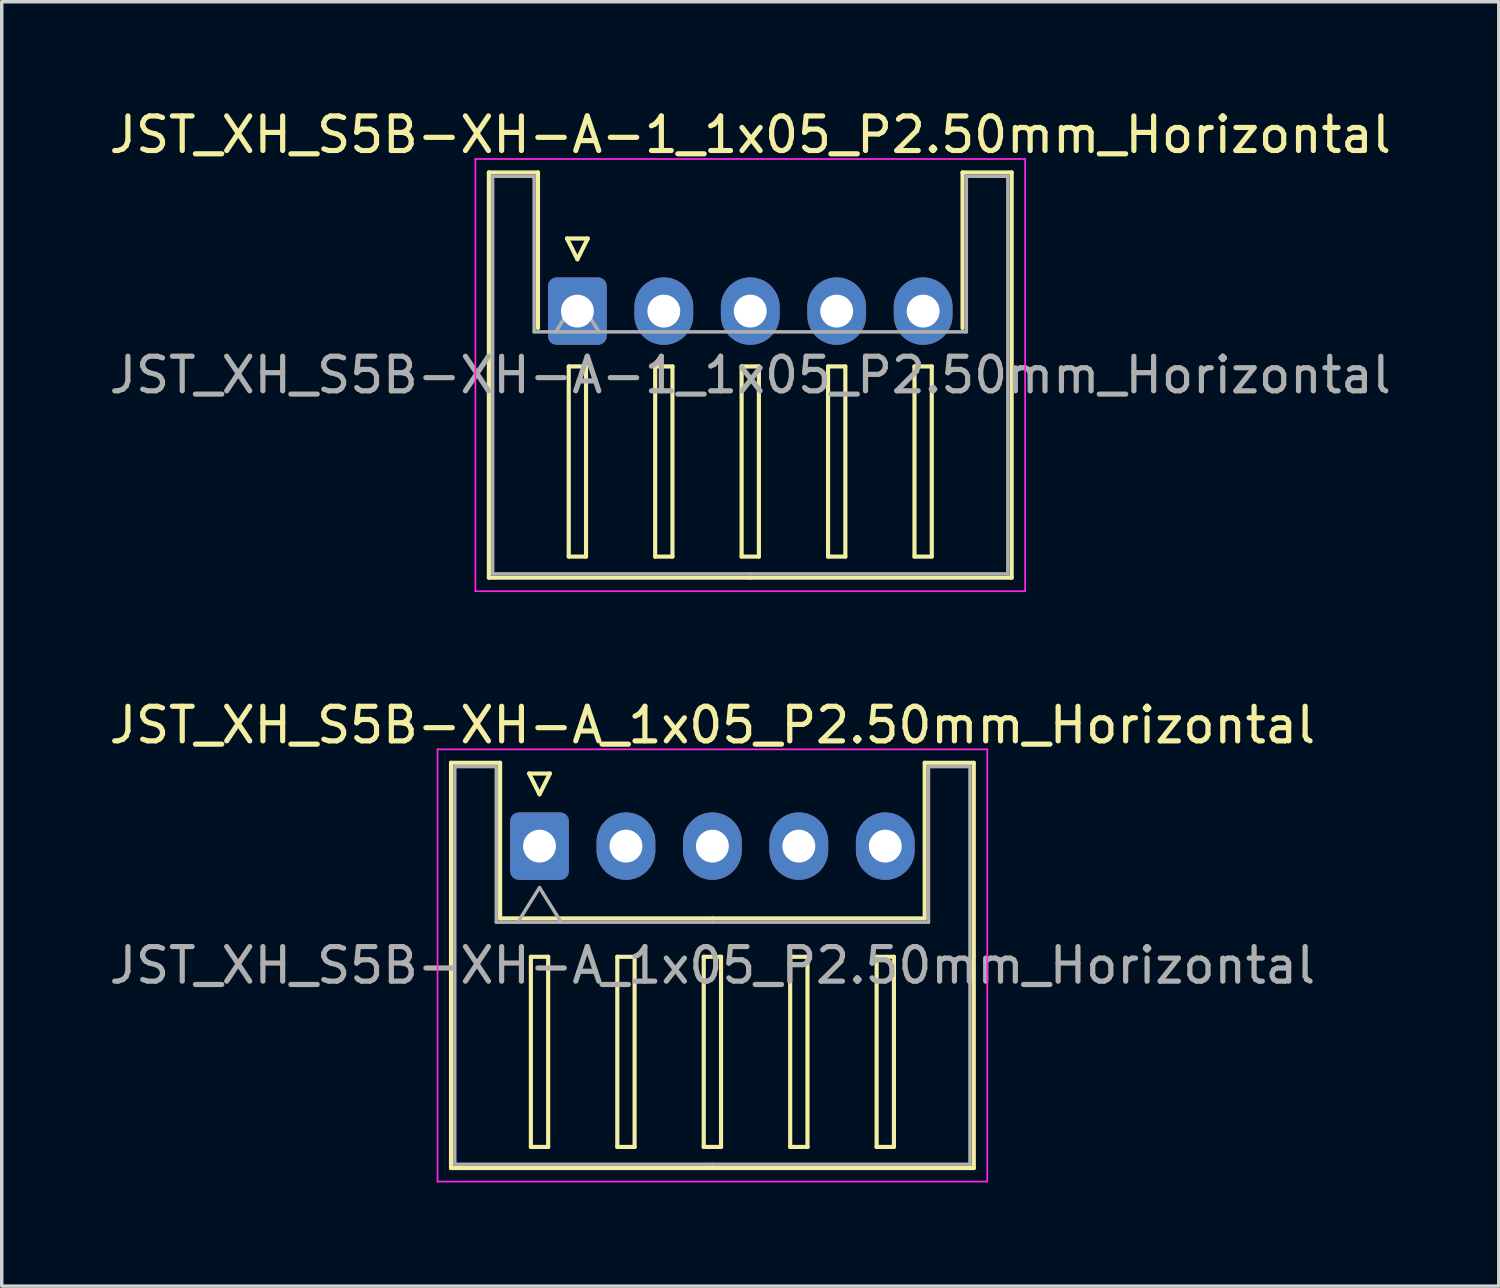
<source format=kicad_pcb>
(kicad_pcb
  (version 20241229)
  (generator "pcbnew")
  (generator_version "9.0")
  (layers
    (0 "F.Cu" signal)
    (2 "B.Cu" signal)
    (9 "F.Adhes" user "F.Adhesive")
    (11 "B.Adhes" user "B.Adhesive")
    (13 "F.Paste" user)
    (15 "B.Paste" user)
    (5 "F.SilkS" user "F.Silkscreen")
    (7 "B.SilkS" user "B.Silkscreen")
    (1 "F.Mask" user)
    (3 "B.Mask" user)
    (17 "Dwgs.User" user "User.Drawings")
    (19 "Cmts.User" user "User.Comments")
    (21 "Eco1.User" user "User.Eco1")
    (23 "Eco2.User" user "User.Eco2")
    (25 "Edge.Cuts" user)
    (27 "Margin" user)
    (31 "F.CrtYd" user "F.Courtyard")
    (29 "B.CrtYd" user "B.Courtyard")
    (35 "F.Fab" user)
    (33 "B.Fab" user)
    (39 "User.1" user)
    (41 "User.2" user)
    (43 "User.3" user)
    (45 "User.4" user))
  (footprint "JST_XH_S5B-XH-A_1x05_P2.50mm_Horizontal"
    (layer "F.Cu")
    (at 12.554 21.422)
    (property "Reference" "JST_XH_S5B-XH-A_1x05_P2.50mm_Horizontal" (at 5 -3.5 0) (layer "F.SilkS") (effects (font (size 1 1) (thickness 0.15))))
    (attr through_hole)
    (fp_line (start -2.56 -2.41) (end -1.14 -2.41) (stroke (width 0.12) (type solid)) (layer "F.SilkS"))
    (fp_line (start -2.56 9.31) (end -2.56 -2.41) (stroke (width 0.12) (type solid)) (layer "F.SilkS"))
    (fp_line (start -1.14 -2.41) (end -1.14 2.09) (stroke (width 0.12) (type solid)) (layer "F.SilkS"))
    (fp_line (start -1.14 2.09) (end 5 2.09) (stroke (width 0.12) (type solid)) (layer "F.SilkS"))
    (fp_line (start -0.3 -2.1) (end 0.3 -2.1) (stroke (width 0.12) (type solid)) (layer "F.SilkS"))
    (fp_line (start -0.25 3.2) (end -0.25 8.7) (stroke (width 0.12) (type solid)) (layer "F.SilkS"))
    (fp_line (start -0.25 8.7) (end 0.25 8.7) (stroke (width 0.12) (type solid)) (layer "F.SilkS"))
    (fp_line (start 0 -1.5) (end -0.3 -2.1) (stroke (width 0.12) (type solid)) (layer "F.SilkS"))
    (fp_line (start 0.25 3.2) (end -0.25 3.2) (stroke (width 0.12) (type solid)) (layer "F.SilkS"))
    (fp_line (start 0.25 8.7) (end 0.25 3.2) (stroke (width 0.12) (type solid)) (layer "F.SilkS"))
    (fp_line (start 0.3 -2.1) (end 0 -1.5) (stroke (width 0.12) (type solid)) (layer "F.SilkS"))
    (fp_line (start 2.25 3.2) (end 2.25 8.7) (stroke (width 0.12) (type solid)) (layer "F.SilkS"))
    (fp_line (start 2.25 8.7) (end 2.75 8.7) (stroke (width 0.12) (type solid)) (layer "F.SilkS"))
    (fp_line (start 2.75 3.2) (end 2.25 3.2) (stroke (width 0.12) (type solid)) (layer "F.SilkS"))
    (fp_line (start 2.75 8.7) (end 2.75 3.2) (stroke (width 0.12) (type solid)) (layer "F.SilkS"))
    (fp_line (start 4.75 3.2) (end 4.75 8.7) (stroke (width 0.12) (type solid)) (layer "F.SilkS"))
    (fp_line (start 4.75 8.7) (end 5.25 8.7) (stroke (width 0.12) (type solid)) (layer "F.SilkS"))
    (fp_line (start 5 9.31) (end -2.56 9.31) (stroke (width 0.12) (type solid)) (layer "F.SilkS"))
    (fp_line (start 5 9.31) (end 12.56 9.31) (stroke (width 0.12) (type solid)) (layer "F.SilkS"))
    (fp_line (start 5.25 3.2) (end 4.75 3.2) (stroke (width 0.12) (type solid)) (layer "F.SilkS"))
    (fp_line (start 5.25 8.7) (end 5.25 3.2) (stroke (width 0.12) (type solid)) (layer "F.SilkS"))
    (fp_line (start 7.25 3.2) (end 7.25 8.7) (stroke (width 0.12) (type solid)) (layer "F.SilkS"))
    (fp_line (start 7.25 8.7) (end 7.75 8.7) (stroke (width 0.12) (type solid)) (layer "F.SilkS"))
    (fp_line (start 7.75 3.2) (end 7.25 3.2) (stroke (width 0.12) (type solid)) (layer "F.SilkS"))
    (fp_line (start 7.75 8.7) (end 7.75 3.2) (stroke (width 0.12) (type solid)) (layer "F.SilkS"))
    (fp_line (start 9.75 3.2) (end 9.75 8.7) (stroke (width 0.12) (type solid)) (layer "F.SilkS"))
    (fp_line (start 9.75 8.7) (end 10.25 8.7) (stroke (width 0.12) (type solid)) (layer "F.SilkS"))
    (fp_line (start 10.25 3.2) (end 9.75 3.2) (stroke (width 0.12) (type solid)) (layer "F.SilkS"))
    (fp_line (start 10.25 8.7) (end 10.25 3.2) (stroke (width 0.12) (type solid)) (layer "F.SilkS"))
    (fp_line (start 11.14 -2.41) (end 11.14 2.09) (stroke (width 0.12) (type solid)) (layer "F.SilkS"))
    (fp_line (start 11.14 2.09) (end 5 2.09) (stroke (width 0.12) (type solid)) (layer "F.SilkS"))
    (fp_line (start 12.56 -2.41) (end 11.14 -2.41) (stroke (width 0.12) (type solid)) (layer "F.SilkS"))
    (fp_line (start 12.56 9.31) (end 12.56 -2.41) (stroke (width 0.12) (type solid)) (layer "F.SilkS"))
    (fp_line (start -2.95 -2.8) (end -2.95 9.7) (stroke (width 0.05) (type solid)) (layer "F.CrtYd"))
    (fp_line (start -2.95 9.7) (end 12.95 9.7) (stroke (width 0.05) (type solid)) (layer "F.CrtYd"))
    (fp_line (start 12.95 -2.8) (end -2.95 -2.8) (stroke (width 0.05) (type solid)) (layer "F.CrtYd"))
    (fp_line (start 12.95 9.7) (end 12.95 -2.8) (stroke (width 0.05) (type solid)) (layer "F.CrtYd"))
    (fp_line (start -2.45 -2.3) (end -1.25 -2.3) (stroke (width 0.1) (type solid)) (layer "F.Fab"))
    (fp_line (start -2.45 9.2) (end -2.45 -2.3) (stroke (width 0.1) (type solid)) (layer "F.Fab"))
    (fp_line (start -1.25 -2.3) (end -1.25 2.2) (stroke (width 0.1) (type solid)) (layer "F.Fab"))
    (fp_line (start -1.25 2.2) (end 5 2.2) (stroke (width 0.1) (type solid)) (layer "F.Fab"))
    (fp_line (start -0.625 2.2) (end 0 1.2) (stroke (width 0.1) (type solid)) (layer "F.Fab"))
    (fp_line (start 0 1.2) (end 0.625 2.2) (stroke (width 0.1) (type solid)) (layer "F.Fab"))
    (fp_line (start 5 9.2) (end -2.45 9.2) (stroke (width 0.1) (type solid)) (layer "F.Fab"))
    (fp_line (start 5 9.2) (end 12.45 9.2) (stroke (width 0.1) (type solid)) (layer "F.Fab"))
    (fp_line (start 11.25 -2.3) (end 11.25 2.2) (stroke (width 0.1) (type solid)) (layer "F.Fab"))
    (fp_line (start 11.25 2.2) (end 5 2.2) (stroke (width 0.1) (type solid)) (layer "F.Fab"))
    (fp_line (start 12.45 -2.3) (end 11.25 -2.3) (stroke (width 0.1) (type solid)) (layer "F.Fab"))
    (fp_line (start 12.45 9.2) (end 12.45 -2.3) (stroke (width 0.1) (type solid)) (layer "F.Fab"))
    (fp_text user "${REFERENCE}" (at 5 3.45 0) (layer "F.Fab") (effects (font (size 1 1) (thickness 0.15))))
    (pad "1" thru_hole roundrect (at 0 0) (size 1.7 1.95) (drill 0.95) (layers "*.Cu" "*.Mask") (roundrect_rratio 0.147))
    (pad "2" thru_hole oval (at 2.5 0) (size 1.7 1.95) (drill 0.95) (layers "*.Cu" "*.Mask"))
    (pad "3" thru_hole oval (at 5 0) (size 1.7 1.95) (drill 0.95) (layers "*.Cu" "*.Mask"))
    (pad "4" thru_hole oval (at 7.5 0) (size 1.7 1.95) (drill 0.95) (layers "*.Cu" "*.Mask"))
    (pad "5" thru_hole oval (at 10 0) (size 1.7 1.95) (drill 0.95) (layers "*.Cu" "*.Mask")))
  (footprint "JST_XH_S5B-XH-A-1_1x05_P2.50mm_Horizontal"
    (layer "F.Cu")
    (at 13.649 5.948)
    (property "Reference" "JST_XH_S5B-XH-A-1_1x05_P2.50mm_Horizontal" (at 5 -5.1 0) (layer "F.SilkS") (effects (font (size 1 1) (thickness 0.15))))
    (attr through_hole)
    (fp_line (start -2.56 -4.01) (end -1.14 -4.01) (stroke (width 0.12) (type solid)) (layer "F.SilkS"))
    (fp_line (start -2.56 7.71) (end -2.56 -4.01) (stroke (width 0.12) (type solid)) (layer "F.SilkS"))
    (fp_line (start -1.14 -4.01) (end -1.14 0.49) (stroke (width 0.12) (type solid)) (layer "F.SilkS"))
    (fp_line (start -0.3 -2.1) (end 0.3 -2.1) (stroke (width 0.12) (type solid)) (layer "F.SilkS"))
    (fp_line (start -0.25 1.6) (end -0.25 7.1) (stroke (width 0.12) (type solid)) (layer "F.SilkS"))
    (fp_line (start -0.25 7.1) (end 0.25 7.1) (stroke (width 0.12) (type solid)) (layer "F.SilkS"))
    (fp_line (start 0 -1.5) (end -0.3 -2.1) (stroke (width 0.12) (type solid)) (layer "F.SilkS"))
    (fp_line (start 0.25 1.6) (end -0.25 1.6) (stroke (width 0.12) (type solid)) (layer "F.SilkS"))
    (fp_line (start 0.25 7.1) (end 0.25 1.6) (stroke (width 0.12) (type solid)) (layer "F.SilkS"))
    (fp_line (start 0.3 -2.1) (end 0 -1.5) (stroke (width 0.12) (type solid)) (layer "F.SilkS"))
    (fp_line (start 2.25 1.6) (end 2.25 7.1) (stroke (width 0.12) (type solid)) (layer "F.SilkS"))
    (fp_line (start 2.25 7.1) (end 2.75 7.1) (stroke (width 0.12) (type solid)) (layer "F.SilkS"))
    (fp_line (start 2.75 1.6) (end 2.25 1.6) (stroke (width 0.12) (type solid)) (layer "F.SilkS"))
    (fp_line (start 2.75 7.1) (end 2.75 1.6) (stroke (width 0.12) (type solid)) (layer "F.SilkS"))
    (fp_line (start 4.75 1.6) (end 4.75 7.1) (stroke (width 0.12) (type solid)) (layer "F.SilkS"))
    (fp_line (start 4.75 7.1) (end 5.25 7.1) (stroke (width 0.12) (type solid)) (layer "F.SilkS"))
    (fp_line (start 5 7.71) (end -2.56 7.71) (stroke (width 0.12) (type solid)) (layer "F.SilkS"))
    (fp_line (start 5 7.71) (end 12.56 7.71) (stroke (width 0.12) (type solid)) (layer "F.SilkS"))
    (fp_line (start 5.25 1.6) (end 4.75 1.6) (stroke (width 0.12) (type solid)) (layer "F.SilkS"))
    (fp_line (start 5.25 7.1) (end 5.25 1.6) (stroke (width 0.12) (type solid)) (layer "F.SilkS"))
    (fp_line (start 7.25 1.6) (end 7.25 7.1) (stroke (width 0.12) (type solid)) (layer "F.SilkS"))
    (fp_line (start 7.25 7.1) (end 7.75 7.1) (stroke (width 0.12) (type solid)) (layer "F.SilkS"))
    (fp_line (start 7.75 1.6) (end 7.25 1.6) (stroke (width 0.12) (type solid)) (layer "F.SilkS"))
    (fp_line (start 7.75 7.1) (end 7.75 1.6) (stroke (width 0.12) (type solid)) (layer "F.SilkS"))
    (fp_line (start 9.75 1.6) (end 9.75 7.1) (stroke (width 0.12) (type solid)) (layer "F.SilkS"))
    (fp_line (start 9.75 7.1) (end 10.25 7.1) (stroke (width 0.12) (type solid)) (layer "F.SilkS"))
    (fp_line (start 10.25 1.6) (end 9.75 1.6) (stroke (width 0.12) (type solid)) (layer "F.SilkS"))
    (fp_line (start 10.25 7.1) (end 10.25 1.6) (stroke (width 0.12) (type solid)) (layer "F.SilkS"))
    (fp_line (start 11.14 -4.01) (end 11.14 0.49) (stroke (width 0.12) (type solid)) (layer "F.SilkS"))
    (fp_line (start 12.56 -4.01) (end 11.14 -4.01) (stroke (width 0.12) (type solid)) (layer "F.SilkS"))
    (fp_line (start 12.56 7.71) (end 12.56 -4.01) (stroke (width 0.12) (type solid)) (layer "F.SilkS"))
    (fp_line (start -2.95 -4.4) (end -2.95 8.1) (stroke (width 0.05) (type solid)) (layer "F.CrtYd"))
    (fp_line (start -2.95 8.1) (end 12.95 8.1) (stroke (width 0.05) (type solid)) (layer "F.CrtYd"))
    (fp_line (start 12.95 -4.4) (end -2.95 -4.4) (stroke (width 0.05) (type solid)) (layer "F.CrtYd"))
    (fp_line (start 12.95 8.1) (end 12.95 -4.4) (stroke (width 0.05) (type solid)) (layer "F.CrtYd"))
    (fp_line (start -2.45 -3.9) (end -1.25 -3.9) (stroke (width 0.1) (type solid)) (layer "F.Fab"))
    (fp_line (start -2.45 7.6) (end -2.45 -3.9) (stroke (width 0.1) (type solid)) (layer "F.Fab"))
    (fp_line (start -1.25 -3.9) (end -1.25 0.6) (stroke (width 0.1) (type solid)) (layer "F.Fab"))
    (fp_line (start -1.25 0.6) (end 5 0.6) (stroke (width 0.1) (type solid)) (layer "F.Fab"))
    (fp_line (start -0.625 0.6) (end 0 -0.4) (stroke (width 0.1) (type solid)) (layer "F.Fab"))
    (fp_line (start 0 -0.4) (end 0.625 0.6) (stroke (width 0.1) (type solid)) (layer "F.Fab"))
    (fp_line (start 5 7.6) (end -2.45 7.6) (stroke (width 0.1) (type solid)) (layer "F.Fab"))
    (fp_line (start 5 7.6) (end 12.45 7.6) (stroke (width 0.1) (type solid)) (layer "F.Fab"))
    (fp_line (start 11.25 -3.9) (end 11.25 0.6) (stroke (width 0.1) (type solid)) (layer "F.Fab"))
    (fp_line (start 11.25 0.6) (end 5 0.6) (stroke (width 0.1) (type solid)) (layer "F.Fab"))
    (fp_line (start 12.45 -3.9) (end 11.25 -3.9) (stroke (width 0.1) (type solid)) (layer "F.Fab"))
    (fp_line (start 12.45 7.6) (end 12.45 -3.9) (stroke (width 0.1) (type solid)) (layer "F.Fab"))
    (fp_text user "${REFERENCE}" (at 5 1.85 0) (layer "F.Fab") (effects (font (size 1 1) (thickness 0.15))))
    (pad "1" thru_hole roundrect (at 0 0) (size 1.7 1.95) (drill 0.95) (layers "*.Cu" "*.Mask") (roundrect_rratio 0.147))
    (pad "2" thru_hole oval (at 2.5 0) (size 1.7 1.95) (drill 0.95) (layers "*.Cu" "*.Mask"))
    (pad "3" thru_hole oval (at 5 0) (size 1.7 1.95) (drill 0.95) (layers "*.Cu" "*.Mask"))
    (pad "4" thru_hole oval (at 7.5 0) (size 1.7 1.95) (drill 0.95) (layers "*.Cu" "*.Mask"))
    (pad "5" thru_hole oval (at 10 0) (size 1.7 1.95) (drill 0.95) (layers "*.Cu" "*.Mask")))
  (gr_rect
    (start -3 -3)
    (end 40.298 34.147)
    (stroke (width 0.1) (type default))
    (fill no)
    (layer "Edge.Cuts")))
</source>
